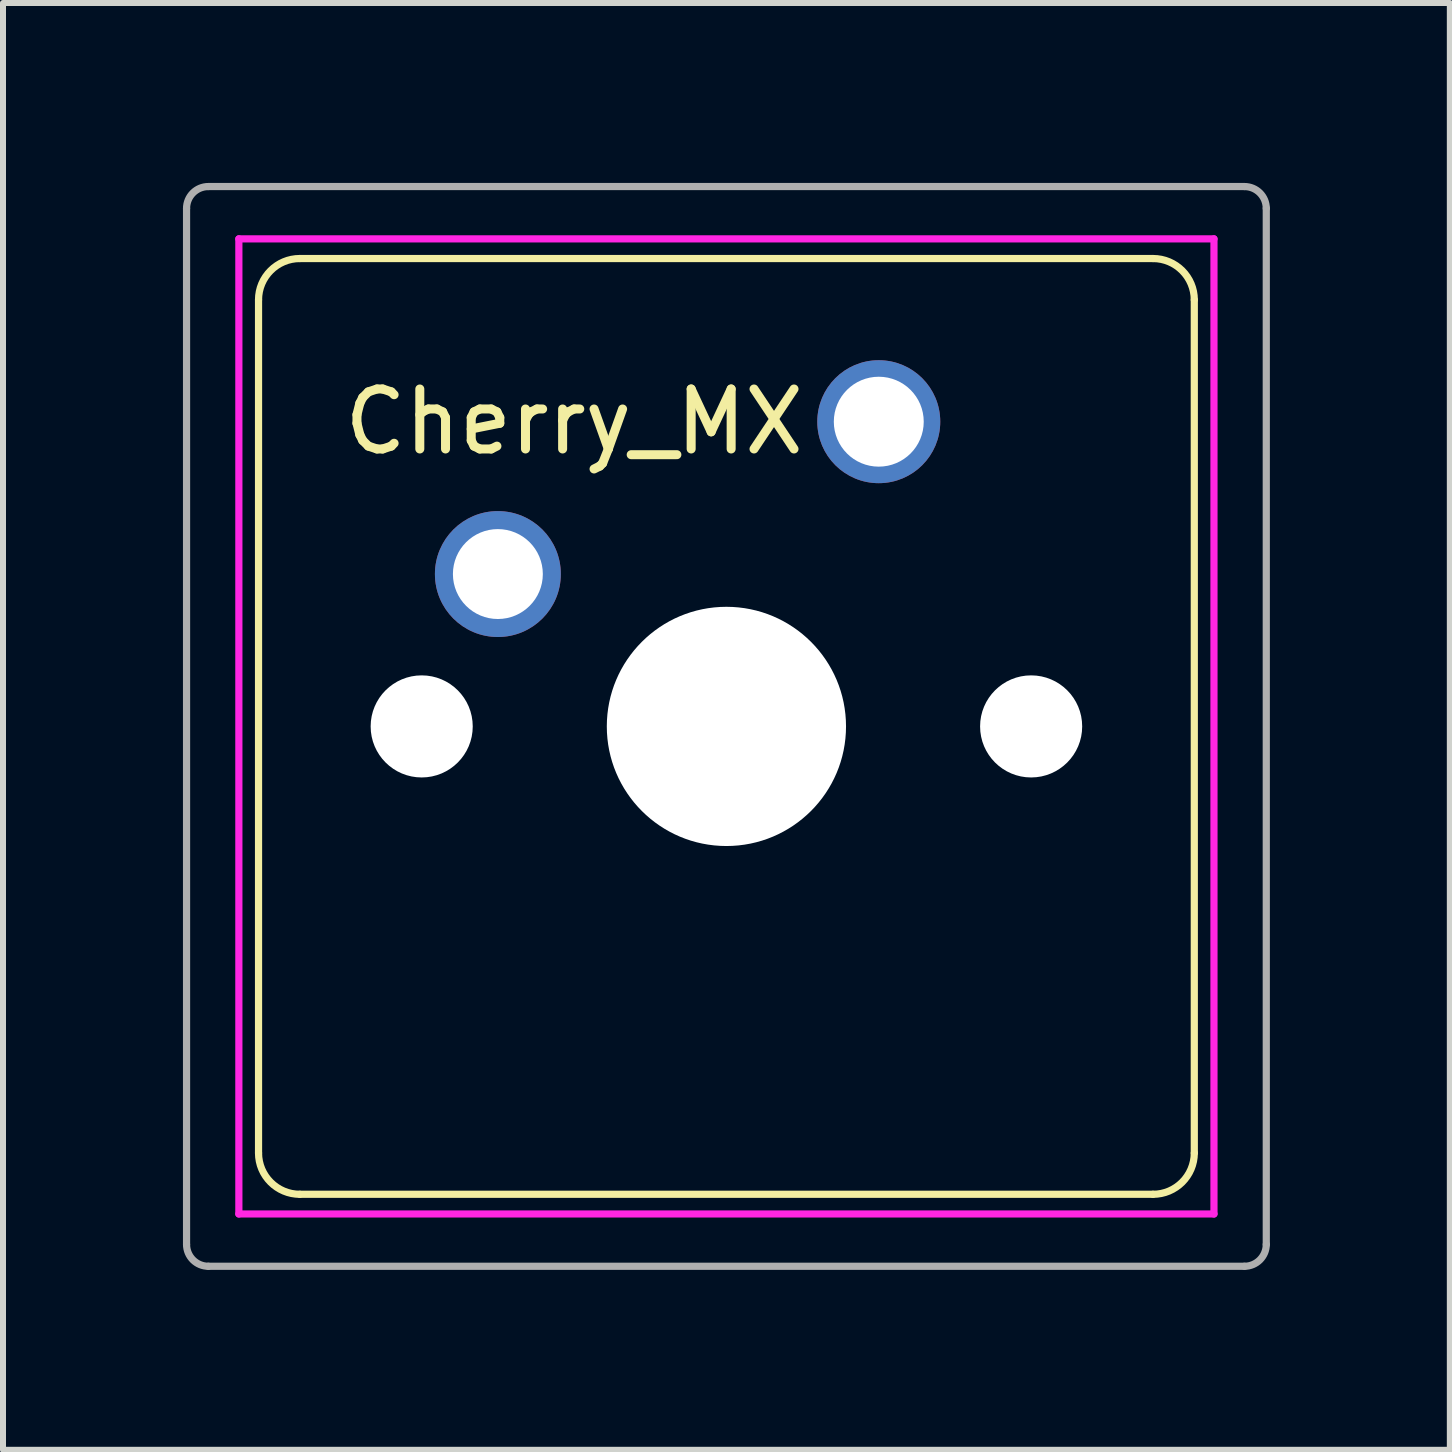
<source format=kicad_pcb>
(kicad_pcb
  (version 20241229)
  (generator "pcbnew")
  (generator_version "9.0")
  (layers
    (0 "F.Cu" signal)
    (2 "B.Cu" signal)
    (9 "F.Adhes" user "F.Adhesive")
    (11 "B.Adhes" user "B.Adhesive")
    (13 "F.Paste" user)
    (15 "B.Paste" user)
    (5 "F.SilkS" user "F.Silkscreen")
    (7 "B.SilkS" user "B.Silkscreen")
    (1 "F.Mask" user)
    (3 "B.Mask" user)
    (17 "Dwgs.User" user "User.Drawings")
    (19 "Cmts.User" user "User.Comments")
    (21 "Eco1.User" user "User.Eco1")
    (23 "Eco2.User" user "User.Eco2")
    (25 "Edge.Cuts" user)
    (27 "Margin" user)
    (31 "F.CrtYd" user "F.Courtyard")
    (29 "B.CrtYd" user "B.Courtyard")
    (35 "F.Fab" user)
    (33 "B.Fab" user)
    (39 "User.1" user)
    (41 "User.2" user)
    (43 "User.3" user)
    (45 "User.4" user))
  (footprint "Cherry_MX"
    (layer "F.Cu")
    (at 9.06 9.06)
    (property "Reference" "Cherry_MX" (at -2.54 -5.08 0) (layer "F.SilkS") (effects (font (size 1 1) (thickness 0.15))))
    (attr through_hole)
    (fp_line (start -7.8 -7.112) (end -7.8 7.112) (stroke (width 0.12) (type solid)) (layer "F.SilkS"))
    (fp_line (start -7.112 7.8) (end 7.112 7.8) (stroke (width 0.12) (type solid)) (layer "F.SilkS"))
    (fp_line (start 7.112 -7.8) (end -7.112 -7.8) (stroke (width 0.12) (type solid)) (layer "F.SilkS"))
    (fp_line (start 7.8 7.112) (end 7.8 -7.112) (stroke (width 0.12) (type solid)) (layer "F.SilkS"))
    (fp_arc (start -7.8 -7.112) (mid -7.598489 -7.598489) (end -7.112 -7.8) (stroke (width 0.12) (type solid)) (layer "F.SilkS"))
    (fp_arc (start -7.112 7.8) (mid -7.598489 7.598489) (end -7.8 7.112) (stroke (width 0.12) (type solid)) (layer "F.SilkS"))
    (fp_arc (start 7.112 -7.8) (mid 7.598489 -7.598489) (end 7.8 -7.112) (stroke (width 0.12) (type solid)) (layer "F.SilkS"))
    (fp_arc (start 7.8 7.112) (mid 7.598489 7.598489) (end 7.112 7.8) (stroke (width 0.12) (type solid)) (layer "F.SilkS"))
    (fp_line (start -8.128 -8.128) (end 8.128 -8.128) (stroke (width 0.12) (type solid)) (layer "F.CrtYd"))
    (fp_line (start -8.128 8.128) (end -8.128 -8.128) (stroke (width 0.12) (type solid)) (layer "F.CrtYd"))
    (fp_line (start 8.128 -8.128) (end 8.128 8.128) (stroke (width 0.12) (type solid)) (layer "F.CrtYd"))
    (fp_line (start 8.128 8.128) (end -8.128 8.128) (stroke (width 0.12) (type solid)) (layer "F.CrtYd"))
    (fp_line (start -9 8.636) (end -9 -8.636) (stroke (width 0.12) (type solid)) (layer "F.Fab"))
    (fp_line (start -8.636 -9) (end 8.636 -9) (stroke (width 0.12) (type solid)) (layer "F.Fab"))
    (fp_line (start 8.636 9) (end -8.636 9) (stroke (width 0.12) (type solid)) (layer "F.Fab"))
    (fp_line (start 9 -8.636) (end 9 8.636) (stroke (width 0.12) (type solid)) (layer "F.Fab"))
    (fp_arc (start -9 -8.636) (mid -8.893387 -8.893387) (end -8.636 -9) (stroke (width 0.12) (type solid)) (layer "F.Fab"))
    (fp_arc (start -8.636 9) (mid -8.893387 8.893387) (end -9 8.636) (stroke (width 0.12) (type solid)) (layer "F.Fab"))
    (fp_arc (start 8.636 -9) (mid 8.893387 -8.893387) (end 9 -8.636) (stroke (width 0.12) (type solid)) (layer "F.Fab"))
    (fp_arc (start 9 8.636) (mid 8.893387 8.893387) (end 8.636 9) (stroke (width 0.12) (type solid)) (layer "F.Fab"))
    (pad "" np_thru_hole circle (at -5.08 0) (size 1.702 1.702) (drill 1.702) (layers "*.Cu" "*.Mask"))
    (pad "" np_thru_hole circle (at 0 0) (size 3.988 3.988) (drill 3.988) (layers "*.Cu" "*.Mask"))
    (pad "" np_thru_hole circle (at 5.08 0) (size 1.702 1.702) (drill 1.702) (layers "*.Cu" "*.Mask"))
    (pad "1" thru_hole circle (at -3.81 -2.54) (size 2.099 2.099) (drill 1.499) (layers "*.Cu" "*.Mask"))
    (pad "2" thru_hole circle (at 2.54 -5.08) (size 2.05 2.05) (drill 1.499) (layers "*.Cu" "*.Mask")))
  (gr_rect
    (start -3 -3)
    (end 21.12 21.12)
    (stroke (width 0.1) (type default))
    (fill no)
    (layer "Edge.Cuts")))
</source>
